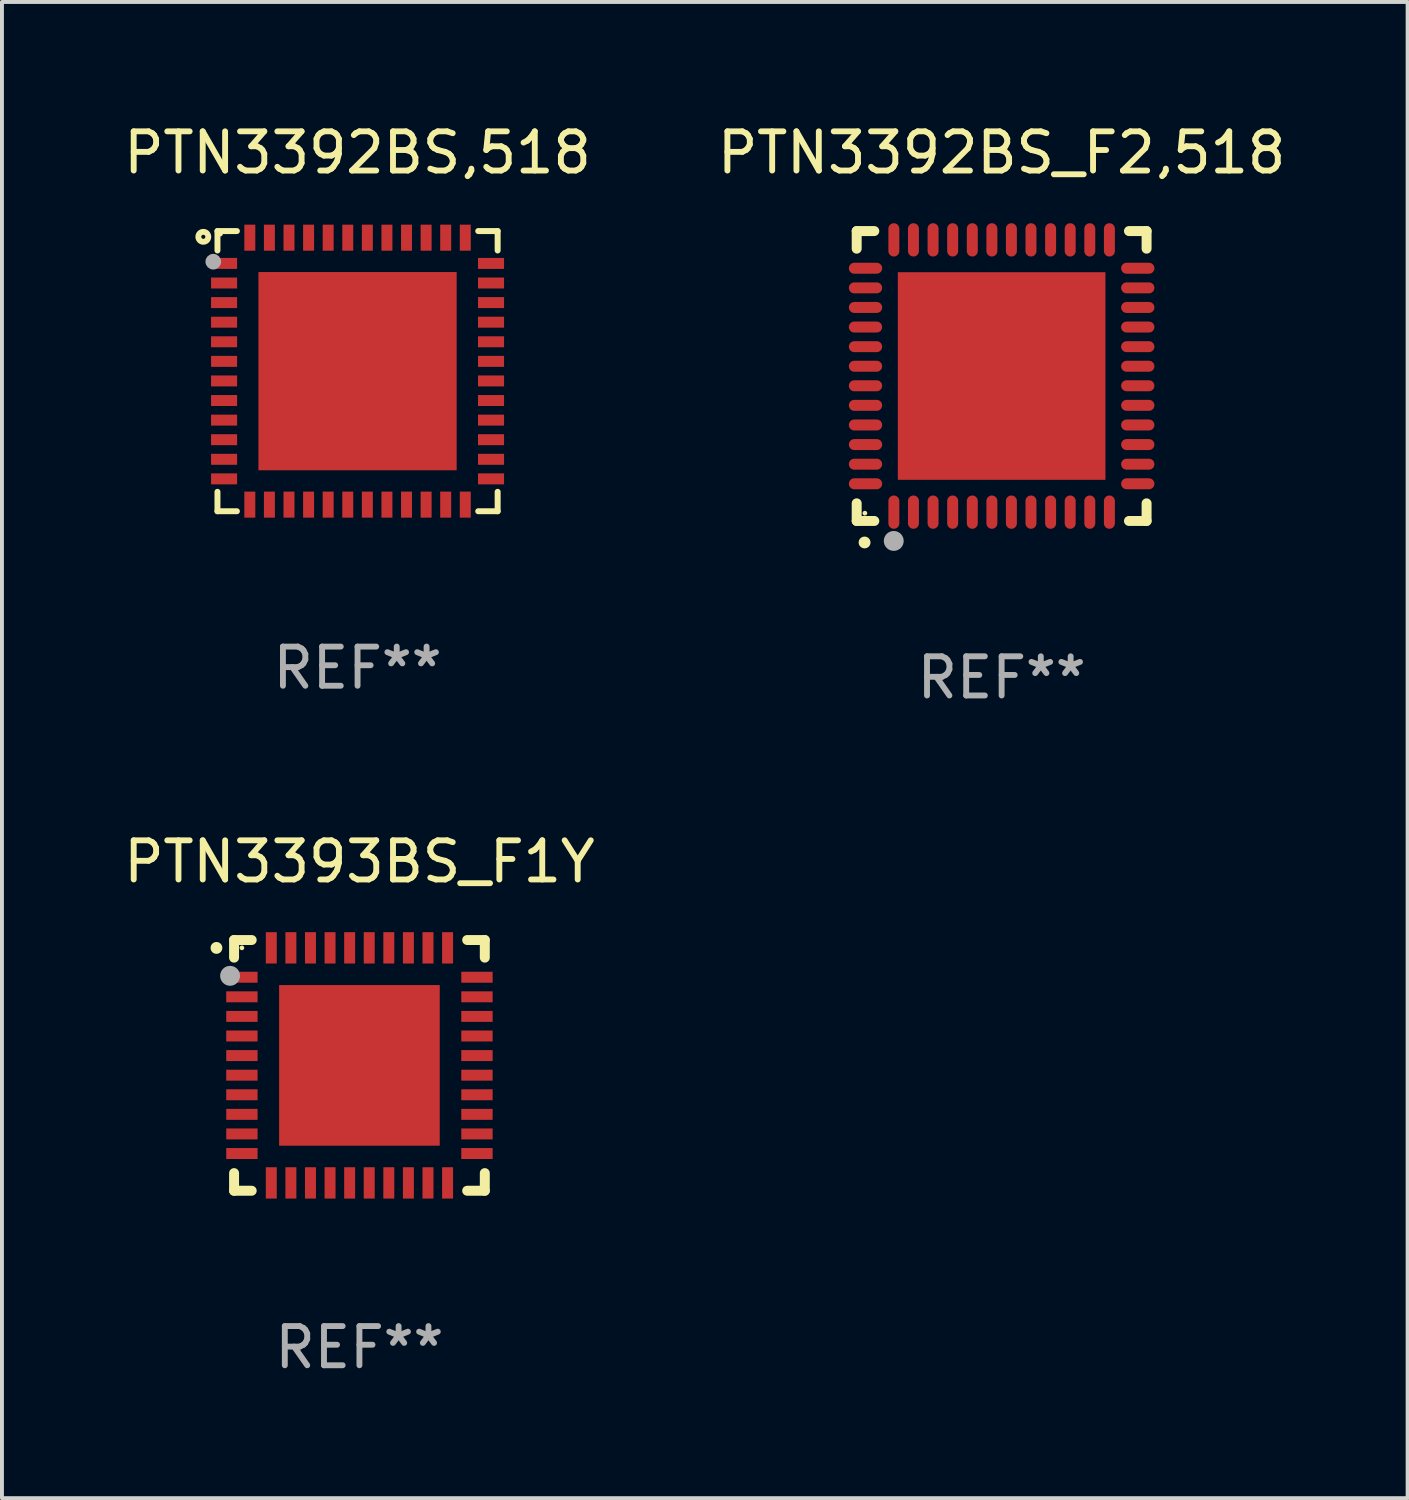
<source format=kicad_pcb>
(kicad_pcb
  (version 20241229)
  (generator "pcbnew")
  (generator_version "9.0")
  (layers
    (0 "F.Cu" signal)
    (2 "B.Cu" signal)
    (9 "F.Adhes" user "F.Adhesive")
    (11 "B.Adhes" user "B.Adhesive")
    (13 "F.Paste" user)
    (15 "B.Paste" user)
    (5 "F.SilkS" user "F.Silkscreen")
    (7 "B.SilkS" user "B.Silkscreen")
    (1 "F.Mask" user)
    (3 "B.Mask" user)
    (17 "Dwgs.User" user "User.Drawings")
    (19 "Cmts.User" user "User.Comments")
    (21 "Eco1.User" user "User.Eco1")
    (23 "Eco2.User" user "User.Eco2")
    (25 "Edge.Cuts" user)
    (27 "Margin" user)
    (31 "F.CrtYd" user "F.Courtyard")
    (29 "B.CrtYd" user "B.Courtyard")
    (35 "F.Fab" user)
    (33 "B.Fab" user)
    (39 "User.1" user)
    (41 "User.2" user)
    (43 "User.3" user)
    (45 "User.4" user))
  (footprint "PTN3393BS_F1Y"
    (layer "F.Cu")
    (at 6.125 24.145)
    (property "Reference" "PTN3393BS_F1Y" (at 0 -5.2 0) (layer "F.SilkS") (effects (font (size 1 1) (thickness 0.15))))
    (attr through_hole)
    (fp_line (start -3.2 -3.2) (end -2.75 -3.2) (stroke (width 0.254) (type solid)) (layer "F.SilkS"))
    (fp_line (start -3.2 -2.75) (end -3.2 -3.2) (stroke (width 0.254) (type solid)) (layer "F.SilkS"))
    (fp_line (start -3.2 3.2) (end -3.2 2.75) (stroke (width 0.254) (type solid)) (layer "F.SilkS"))
    (fp_line (start -2.75 3.2) (end -3.2 3.2) (stroke (width 0.254) (type solid)) (layer "F.SilkS"))
    (fp_line (start 2.75 3.2) (end 3.2 3.2) (stroke (width 0.254) (type solid)) (layer "F.SilkS"))
    (fp_line (start 3.2 -3.2) (end 2.75 -3.2) (stroke (width 0.254) (type solid)) (layer "F.SilkS"))
    (fp_line (start 3.2 -2.75) (end 3.2 -3.2) (stroke (width 0.254) (type solid)) (layer "F.SilkS"))
    (fp_line (start 3.2 3.2) (end 3.2 2.75) (stroke (width 0.254) (type solid)) (layer "F.SilkS"))
    (fp_arc (start -3.649987 -2.997206) (mid -3.649992 -2.998476) (end -3.649987 -2.999746) (stroke (width 0.3) (type solid)) (layer "F.SilkS"))
    (fp_circle (center -3 -3) (end -2.97 -3) (stroke (width 0.06) (type solid)) (fill no) (layer "F.SilkS"))
    (fp_circle (center -3.302 -2.286) (end -3.175 -2.286) (stroke (width 0.254) (type solid)) (fill no) (layer "F.Fab"))
    (fp_text user "REF**" (at 0 7.2 0) (layer "F.Fab") (effects (font (size 1 1) (thickness 0.15))))
    (pad "1" smd rect (at -3 -2.25 90) (size 0.28 0.8) (layers "F.Cu" "F.Mask" "F.Paste"))
    (pad "2" smd rect (at -3 -1.75 90) (size 0.28 0.8) (layers "F.Cu" "F.Mask" "F.Paste"))
    (pad "3" smd rect (at -3 -1.25 90) (size 0.28 0.8) (layers "F.Cu" "F.Mask" "F.Paste"))
    (pad "4" smd rect (at -3 -0.75 90) (size 0.28 0.8) (layers "F.Cu" "F.Mask" "F.Paste"))
    (pad "5" smd rect (at -3 -0.25 90) (size 0.28 0.8) (layers "F.Cu" "F.Mask" "F.Paste"))
    (pad "6" smd rect (at -3 0.25 90) (size 0.28 0.8) (layers "F.Cu" "F.Mask" "F.Paste"))
    (pad "7" smd rect (at -3 0.75 90) (size 0.28 0.8) (layers "F.Cu" "F.Mask" "F.Paste"))
    (pad "8" smd rect (at -3 1.25 90) (size 0.28 0.8) (layers "F.Cu" "F.Mask" "F.Paste"))
    (pad "9" smd rect (at -3 1.75 90) (size 0.28 0.8) (layers "F.Cu" "F.Mask" "F.Paste"))
    (pad "10" smd rect (at -3 2.25 90) (size 0.28 0.8) (layers "F.Cu" "F.Mask" "F.Paste"))
    (pad "11" smd rect (at -2.25 3) (size 0.28 0.8) (layers "F.Cu" "F.Mask" "F.Paste"))
    (pad "12" smd rect (at -1.75 3) (size 0.28 0.8) (layers "F.Cu" "F.Mask" "F.Paste"))
    (pad "13" smd rect (at -1.25 3) (size 0.28 0.8) (layers "F.Cu" "F.Mask" "F.Paste"))
    (pad "14" smd rect (at -0.75 3) (size 0.28 0.8) (layers "F.Cu" "F.Mask" "F.Paste"))
    (pad "15" smd rect (at -0.25 3) (size 0.28 0.8) (layers "F.Cu" "F.Mask" "F.Paste"))
    (pad "16" smd rect (at 0.25 3) (size 0.28 0.8) (layers "F.Cu" "F.Mask" "F.Paste"))
    (pad "17" smd rect (at 0.75 3) (size 0.28 0.8) (layers "F.Cu" "F.Mask" "F.Paste"))
    (pad "18" smd rect (at 1.25 3) (size 0.28 0.8) (layers "F.Cu" "F.Mask" "F.Paste"))
    (pad "19" smd rect (at 1.75 3) (size 0.28 0.8) (layers "F.Cu" "F.Mask" "F.Paste"))
    (pad "20" smd rect (at 2.25 3) (size 0.28 0.8) (layers "F.Cu" "F.Mask" "F.Paste"))
    (pad "21" smd rect (at 3 2.25 90) (size 0.28 0.8) (layers "F.Cu" "F.Mask" "F.Paste"))
    (pad "22" smd rect (at 3 1.75 90) (size 0.28 0.8) (layers "F.Cu" "F.Mask" "F.Paste"))
    (pad "23" smd rect (at 3 1.25 90) (size 0.28 0.8) (layers "F.Cu" "F.Mask" "F.Paste"))
    (pad "24" smd rect (at 3 0.75 90) (size 0.28 0.8) (layers "F.Cu" "F.Mask" "F.Paste"))
    (pad "25" smd rect (at 3 0.25 90) (size 0.28 0.8) (layers "F.Cu" "F.Mask" "F.Paste"))
    (pad "26" smd rect (at 3 -0.25 90) (size 0.28 0.8) (layers "F.Cu" "F.Mask" "F.Paste"))
    (pad "27" smd rect (at 3 -0.75 90) (size 0.28 0.8) (layers "F.Cu" "F.Mask" "F.Paste"))
    (pad "28" smd rect (at 3 -1.25 90) (size 0.28 0.8) (layers "F.Cu" "F.Mask" "F.Paste"))
    (pad "29" smd rect (at 3 -1.75 90) (size 0.28 0.8) (layers "F.Cu" "F.Mask" "F.Paste"))
    (pad "30" smd rect (at 3 -2.25 90) (size 0.28 0.8) (layers "F.Cu" "F.Mask" "F.Paste"))
    (pad "31" smd rect (at 2.25 -3) (size 0.28 0.8) (layers "F.Cu" "F.Mask" "F.Paste"))
    (pad "32" smd rect (at 1.75 -3) (size 0.28 0.8) (layers "F.Cu" "F.Mask" "F.Paste"))
    (pad "33" smd rect (at 1.25 -3) (size 0.28 0.8) (layers "F.Cu" "F.Mask" "F.Paste"))
    (pad "34" smd rect (at 0.75 -3) (size 0.28 0.8) (layers "F.Cu" "F.Mask" "F.Paste"))
    (pad "35" smd rect (at 0.25 -3) (size 0.28 0.8) (layers "F.Cu" "F.Mask" "F.Paste"))
    (pad "36" smd rect (at -0.25 -3) (size 0.28 0.8) (layers "F.Cu" "F.Mask" "F.Paste"))
    (pad "37" smd rect (at -0.75 -3) (size 0.28 0.8) (layers "F.Cu" "F.Mask" "F.Paste"))
    (pad "38" smd rect (at -1.25 -3) (size 0.28 0.8) (layers "F.Cu" "F.Mask" "F.Paste"))
    (pad "39" smd rect (at -1.75 -3) (size 0.28 0.8) (layers "F.Cu" "F.Mask" "F.Paste"))
    (pad "40" smd rect (at -2.25 -3) (size 0.28 0.8) (layers "F.Cu" "F.Mask" "F.Paste"))
    (pad "41" smd rect (at 0 0) (size 4.1 4.1) (layers "F.Cu" "F.Mask" "F.Paste")))
  (footprint "PTN3392BS,518"
    (layer "F.Cu")
    (at 6.077 6.424)
    (property "Reference" "PTN3392BS,518" (at 0 -5.576 0) (layer "F.SilkS") (effects (font (size 1 1) (thickness 0.15))))
    (attr through_hole)
    (fp_line (start -3.576 -3.576) (end -3.576 -3.08) (stroke (width 0.152) (type solid)) (layer "F.SilkS"))
    (fp_line (start -3.576 3.576) (end -3.576 3.08) (stroke (width 0.152) (type solid)) (layer "F.SilkS"))
    (fp_line (start -3.08 -3.576) (end -3.576 -3.576) (stroke (width 0.152) (type solid)) (layer "F.SilkS"))
    (fp_line (start -3.08 3.576) (end -3.576 3.576) (stroke (width 0.152) (type solid)) (layer "F.SilkS"))
    (fp_line (start 3.08 -3.576) (end 3.576 -3.576) (stroke (width 0.152) (type solid)) (layer "F.SilkS"))
    (fp_line (start 3.08 3.576) (end 3.576 3.576) (stroke (width 0.152) (type solid)) (layer "F.SilkS"))
    (fp_line (start 3.576 -3.576) (end 3.576 -3.08) (stroke (width 0.152) (type solid)) (layer "F.SilkS"))
    (fp_line (start 3.576 3.576) (end 3.576 3.08) (stroke (width 0.152) (type solid)) (layer "F.SilkS"))
    (fp_circle (center -3.937 -3.429) (end -3.81 -3.429) (stroke (width 0.15) (type solid)) (fill no) (layer "F.SilkS"))
    (fp_circle (center -3.5 -3.5) (end -3.47 -3.5) (stroke (width 0.06) (type solid)) (fill no) (layer "F.SilkS"))
    (fp_circle (center -3.683 -2.794) (end -3.583 -2.794) (stroke (width 0.2) (type solid)) (fill no) (layer "F.Fab"))
    (fp_text user "REF**" (at 0 7.576 0) (layer "F.Fab") (effects (font (size 1 1) (thickness 0.15))))
    (pad "1" smd rect (at -3.407 -2.75) (size 0.665 0.28) (layers "F.Cu" "F.Mask" "F.Paste"))
    (pad "2" smd rect (at -3.407 -2.25) (size 0.665 0.28) (layers "F.Cu" "F.Mask" "F.Paste"))
    (pad "3" smd rect (at -3.407 -1.75) (size 0.665 0.28) (layers "F.Cu" "F.Mask" "F.Paste"))
    (pad "4" smd rect (at -3.407 -1.25) (size 0.665 0.28) (layers "F.Cu" "F.Mask" "F.Paste"))
    (pad "5" smd rect (at -3.407 -0.75) (size 0.665 0.28) (layers "F.Cu" "F.Mask" "F.Paste"))
    (pad "6" smd rect (at -3.407 -0.25) (size 0.665 0.28) (layers "F.Cu" "F.Mask" "F.Paste"))
    (pad "7" smd rect (at -3.407 0.25) (size 0.665 0.28) (layers "F.Cu" "F.Mask" "F.Paste"))
    (pad "8" smd rect (at -3.407 0.75) (size 0.665 0.28) (layers "F.Cu" "F.Mask" "F.Paste"))
    (pad "9" smd rect (at -3.407 1.25) (size 0.665 0.28) (layers "F.Cu" "F.Mask" "F.Paste"))
    (pad "10" smd rect (at -3.407 1.75) (size 0.665 0.28) (layers "F.Cu" "F.Mask" "F.Paste"))
    (pad "11" smd rect (at -3.407 2.25) (size 0.665 0.28) (layers "F.Cu" "F.Mask" "F.Paste"))
    (pad "12" smd rect (at -3.407 2.75) (size 0.665 0.28) (layers "F.Cu" "F.Mask" "F.Paste"))
    (pad "13" smd rect (at -2.75 3.407) (size 0.28 0.665) (layers "F.Cu" "F.Mask" "F.Paste"))
    (pad "14" smd rect (at -2.25 3.407) (size 0.28 0.665) (layers "F.Cu" "F.Mask" "F.Paste"))
    (pad "15" smd rect (at -1.75 3.407) (size 0.28 0.665) (layers "F.Cu" "F.Mask" "F.Paste"))
    (pad "16" smd rect (at -1.25 3.407) (size 0.28 0.665) (layers "F.Cu" "F.Mask" "F.Paste"))
    (pad "17" smd rect (at -0.75 3.407) (size 0.28 0.665) (layers "F.Cu" "F.Mask" "F.Paste"))
    (pad "18" smd rect (at -0.25 3.407) (size 0.28 0.665) (layers "F.Cu" "F.Mask" "F.Paste"))
    (pad "19" smd rect (at 0.25 3.407) (size 0.28 0.665) (layers "F.Cu" "F.Mask" "F.Paste"))
    (pad "20" smd rect (at 0.75 3.407) (size 0.28 0.665) (layers "F.Cu" "F.Mask" "F.Paste"))
    (pad "21" smd rect (at 1.25 3.407) (size 0.28 0.665) (layers "F.Cu" "F.Mask" "F.Paste"))
    (pad "22" smd rect (at 1.75 3.407) (size 0.28 0.665) (layers "F.Cu" "F.Mask" "F.Paste"))
    (pad "23" smd rect (at 2.25 3.407) (size 0.28 0.665) (layers "F.Cu" "F.Mask" "F.Paste"))
    (pad "24" smd rect (at 2.75 3.407) (size 0.28 0.665) (layers "F.Cu" "F.Mask" "F.Paste"))
    (pad "25" smd rect (at 3.407 2.75) (size 0.665 0.28) (layers "F.Cu" "F.Mask" "F.Paste"))
    (pad "26" smd rect (at 3.407 2.25) (size 0.665 0.28) (layers "F.Cu" "F.Mask" "F.Paste"))
    (pad "27" smd rect (at 3.407 1.75) (size 0.665 0.28) (layers "F.Cu" "F.Mask" "F.Paste"))
    (pad "28" smd rect (at 3.407 1.25) (size 0.665 0.28) (layers "F.Cu" "F.Mask" "F.Paste"))
    (pad "29" smd rect (at 3.407 0.75) (size 0.665 0.28) (layers "F.Cu" "F.Mask" "F.Paste"))
    (pad "30" smd rect (at 3.407 0.25) (size 0.665 0.28) (layers "F.Cu" "F.Mask" "F.Paste"))
    (pad "31" smd rect (at 3.407 -0.25) (size 0.665 0.28) (layers "F.Cu" "F.Mask" "F.Paste"))
    (pad "32" smd rect (at 3.407 -0.75) (size 0.665 0.28) (layers "F.Cu" "F.Mask" "F.Paste"))
    (pad "33" smd rect (at 3.407 -1.25) (size 0.665 0.28) (layers "F.Cu" "F.Mask" "F.Paste"))
    (pad "34" smd rect (at 3.407 -1.75) (size 0.665 0.28) (layers "F.Cu" "F.Mask" "F.Paste"))
    (pad "35" smd rect (at 3.407 -2.25) (size 0.665 0.28) (layers "F.Cu" "F.Mask" "F.Paste"))
    (pad "36" smd rect (at 3.407 -2.75) (size 0.665 0.28) (layers "F.Cu" "F.Mask" "F.Paste"))
    (pad "37" smd rect (at 2.75 -3.407) (size 0.28 0.665) (layers "F.Cu" "F.Mask" "F.Paste"))
    (pad "38" smd rect (at 2.25 -3.407) (size 0.28 0.665) (layers "F.Cu" "F.Mask" "F.Paste"))
    (pad "39" smd rect (at 1.75 -3.407) (size 0.28 0.665) (layers "F.Cu" "F.Mask" "F.Paste"))
    (pad "40" smd rect (at 1.25 -3.407) (size 0.28 0.665) (layers "F.Cu" "F.Mask" "F.Paste"))
    (pad "41" smd rect (at 0.75 -3.407) (size 0.28 0.665) (layers "F.Cu" "F.Mask" "F.Paste"))
    (pad "42" smd rect (at 0.25 -3.407) (size 0.28 0.665) (layers "F.Cu" "F.Mask" "F.Paste"))
    (pad "43" smd rect (at -0.25 -3.407) (size 0.28 0.665) (layers "F.Cu" "F.Mask" "F.Paste"))
    (pad "44" smd rect (at -0.75 -3.407) (size 0.28 0.665) (layers "F.Cu" "F.Mask" "F.Paste"))
    (pad "45" smd rect (at -1.25 -3.407) (size 0.28 0.665) (layers "F.Cu" "F.Mask" "F.Paste"))
    (pad "46" smd rect (at -1.75 -3.407) (size 0.28 0.665) (layers "F.Cu" "F.Mask" "F.Paste"))
    (pad "47" smd rect (at -2.25 -3.407) (size 0.28 0.665) (layers "F.Cu" "F.Mask" "F.Paste"))
    (pad "48" smd rect (at -2.75 -3.407) (size 0.28 0.665) (layers "F.Cu" "F.Mask" "F.Paste"))
    (pad "49" smd rect (at 0 0) (size 5.06 5.06) (layers "F.Cu" "F.Mask" "F.Paste")))
  (footprint "PTN3392BS_F2,518"
    (layer "F.Cu")
    (at 22.518 6.548)
    (property "Reference" "PTN3392BS_F2,518" (at 0 -5.7 0) (layer "F.SilkS") (effects (font (size 1 1) (thickness 0.15))))
    (attr through_hole)
    (fp_line (start -3.7 -3.7) (end -3.25 -3.7) (stroke (width 0.254) (type solid)) (layer "F.SilkS"))
    (fp_line (start -3.7 -3.25) (end -3.7 -3.7) (stroke (width 0.254) (type solid)) (layer "F.SilkS"))
    (fp_line (start -3.7 3.7) (end -3.7 3.25) (stroke (width 0.254) (type solid)) (layer "F.SilkS"))
    (fp_line (start -3.25 3.7) (end -3.7 3.7) (stroke (width 0.254) (type solid)) (layer "F.SilkS"))
    (fp_line (start 3.25 3.7) (end 3.7 3.7) (stroke (width 0.254) (type solid)) (layer "F.SilkS"))
    (fp_line (start 3.7 -3.7) (end 3.25 -3.7) (stroke (width 0.254) (type solid)) (layer "F.SilkS"))
    (fp_line (start 3.7 -3.25) (end 3.7 -3.7) (stroke (width 0.254) (type solid)) (layer "F.SilkS"))
    (fp_line (start 3.7 3.7) (end 3.7 3.25) (stroke (width 0.254) (type solid)) (layer "F.SilkS"))
    (fp_arc (start -3.500127 4.249428) (mid -3.498857 4.249423) (end -3.497587 4.249428) (stroke (width 0.3) (type solid)) (layer "F.SilkS"))
    (fp_circle (center -3.491 3.501) (end -3.461 3.501) (stroke (width 0.06) (type solid)) (fill no) (layer "F.SilkS"))
    (fp_circle (center -2.754 4.21) (end -2.627 4.21) (stroke (width 0.254) (type solid)) (fill no) (layer "F.Fab"))
    (fp_text user "REF**" (at 0 7.7 0) (layer "F.Fab") (effects (font (size 1 1) (thickness 0.15))))
    (pad "1" smd oval (at -2.751 3.475) (size 0.28 0.85) (layers "F.Cu" "F.Mask" "F.Paste"))
    (pad "2" smd oval (at -2.251 3.475) (size 0.28 0.85) (layers "F.Cu" "F.Mask" "F.Paste"))
    (pad "3" smd oval (at -1.75 3.475) (size 0.28 0.85) (layers "F.Cu" "F.Mask" "F.Paste"))
    (pad "4" smd oval (at -1.25 3.475) (size 0.28 0.85) (layers "F.Cu" "F.Mask" "F.Paste"))
    (pad "5" smd oval (at -0.749 3.475) (size 0.28 0.85) (layers "F.Cu" "F.Mask" "F.Paste"))
    (pad "6" smd oval (at -0.249 3.475) (size 0.28 0.85) (layers "F.Cu" "F.Mask" "F.Paste"))
    (pad "7" smd oval (at 0.249 3.475) (size 0.28 0.85) (layers "F.Cu" "F.Mask" "F.Paste"))
    (pad "8" smd oval (at 0.749 3.475) (size 0.28 0.85) (layers "F.Cu" "F.Mask" "F.Paste"))
    (pad "9" smd oval (at 1.25 3.475) (size 0.28 0.85) (layers "F.Cu" "F.Mask" "F.Paste"))
    (pad "10" smd oval (at 1.75 3.475) (size 0.28 0.85) (layers "F.Cu" "F.Mask" "F.Paste"))
    (pad "11" smd oval (at 2.25 3.475) (size 0.28 0.85) (layers "F.Cu" "F.Mask" "F.Paste"))
    (pad "12" smd oval (at 2.751 3.475) (size 0.28 0.85) (layers "F.Cu" "F.Mask" "F.Paste"))
    (pad "13" smd oval (at 3.475 2.751) (size 0.85 0.28) (layers "F.Cu" "F.Mask" "F.Paste"))
    (pad "14" smd oval (at 3.475 2.251) (size 0.85 0.28) (layers "F.Cu" "F.Mask" "F.Paste"))
    (pad "15" smd oval (at 3.475 1.75) (size 0.85 0.28) (layers "F.Cu" "F.Mask" "F.Paste"))
    (pad "16" smd oval (at 3.475 1.25) (size 0.85 0.28) (layers "F.Cu" "F.Mask" "F.Paste"))
    (pad "17" smd oval (at 3.475 0.749) (size 0.85 0.28) (layers "F.Cu" "F.Mask" "F.Paste"))
    (pad "18" smd oval (at 3.475 0.249) (size 0.85 0.28) (layers "F.Cu" "F.Mask" "F.Paste"))
    (pad "19" smd oval (at 3.475 -0.249) (size 0.85 0.28) (layers "F.Cu" "F.Mask" "F.Paste"))
    (pad "20" smd oval (at 3.475 -0.749) (size 0.85 0.28) (layers "F.Cu" "F.Mask" "F.Paste"))
    (pad "21" smd oval (at 3.475 -1.25) (size 0.85 0.28) (layers "F.Cu" "F.Mask" "F.Paste"))
    (pad "22" smd oval (at 3.475 -1.75) (size 0.85 0.28) (layers "F.Cu" "F.Mask" "F.Paste"))
    (pad "23" smd oval (at 3.475 -2.25) (size 0.85 0.28) (layers "F.Cu" "F.Mask" "F.Paste"))
    (pad "24" smd oval (at 3.475 -2.751) (size 0.85 0.28) (layers "F.Cu" "F.Mask" "F.Paste"))
    (pad "25" smd oval (at 2.751 -3.475) (size 0.28 0.85) (layers "F.Cu" "F.Mask" "F.Paste"))
    (pad "26" smd oval (at 2.25 -3.475) (size 0.28 0.85) (layers "F.Cu" "F.Mask" "F.Paste"))
    (pad "27" smd oval (at 1.75 -3.475) (size 0.28 0.85) (layers "F.Cu" "F.Mask" "F.Paste"))
    (pad "28" smd oval (at 1.25 -3.475) (size 0.28 0.85) (layers "F.Cu" "F.Mask" "F.Paste"))
    (pad "29" smd oval (at 0.749 -3.475) (size 0.28 0.85) (layers "F.Cu" "F.Mask" "F.Paste"))
    (pad "30" smd oval (at 0.249 -3.475) (size 0.28 0.85) (layers "F.Cu" "F.Mask" "F.Paste"))
    (pad "31" smd oval (at -0.249 -3.475) (size 0.28 0.85) (layers "F.Cu" "F.Mask" "F.Paste"))
    (pad "32" smd oval (at -0.749 -3.475) (size 0.28 0.85) (layers "F.Cu" "F.Mask" "F.Paste"))
    (pad "33" smd oval (at -1.25 -3.475) (size 0.28 0.85) (layers "F.Cu" "F.Mask" "F.Paste"))
    (pad "34" smd oval (at -1.75 -3.475) (size 0.28 0.85) (layers "F.Cu" "F.Mask" "F.Paste"))
    (pad "35" smd oval (at -2.251 -3.475) (size 0.28 0.85) (layers "F.Cu" "F.Mask" "F.Paste"))
    (pad "36" smd oval (at -2.751 -3.475) (size 0.28 0.85) (layers "F.Cu" "F.Mask" "F.Paste"))
    (pad "37" smd oval (at -3.475 -2.751) (size 0.85 0.28) (layers "F.Cu" "F.Mask" "F.Paste"))
    (pad "38" smd oval (at -3.475 -2.25) (size 0.85 0.28) (layers "F.Cu" "F.Mask" "F.Paste"))
    (pad "39" smd oval (at -3.475 -1.75) (size 0.85 0.28) (layers "F.Cu" "F.Mask" "F.Paste"))
    (pad "40" smd oval (at -3.475 -1.25) (size 0.85 0.28) (layers "F.Cu" "F.Mask" "F.Paste"))
    (pad "41" smd oval (at -3.475 -0.749) (size 0.85 0.28) (layers "F.Cu" "F.Mask" "F.Paste"))
    (pad "42" smd oval (at -3.475 -0.249) (size 0.85 0.28) (layers "F.Cu" "F.Mask" "F.Paste"))
    (pad "43" smd oval (at -3.475 0.249) (size 0.85 0.28) (layers "F.Cu" "F.Mask" "F.Paste"))
    (pad "44" smd oval (at -3.475 0.749) (size 0.85 0.28) (layers "F.Cu" "F.Mask" "F.Paste"))
    (pad "45" smd oval (at -3.475 1.25) (size 0.85 0.28) (layers "F.Cu" "F.Mask" "F.Paste"))
    (pad "46" smd oval (at -3.475 1.75) (size 0.85 0.28) (layers "F.Cu" "F.Mask" "F.Paste"))
    (pad "47" smd oval (at -3.475 2.251) (size 0.85 0.28) (layers "F.Cu" "F.Mask" "F.Paste"))
    (pad "48" smd oval (at -3.475 2.751) (size 0.85 0.28) (layers "F.Cu" "F.Mask" "F.Paste"))
    (pad "49" smd rect (at -0.000102 0.000102) (size 5.3 5.3) (layers "F.Cu" "F.Mask" "F.Paste")))
  (gr_rect
    (start -3 -3)
    (end 32.881 35.193)
    (stroke (width 0.1) (type default))
    (fill no)
    (layer "Edge.Cuts")))
</source>
